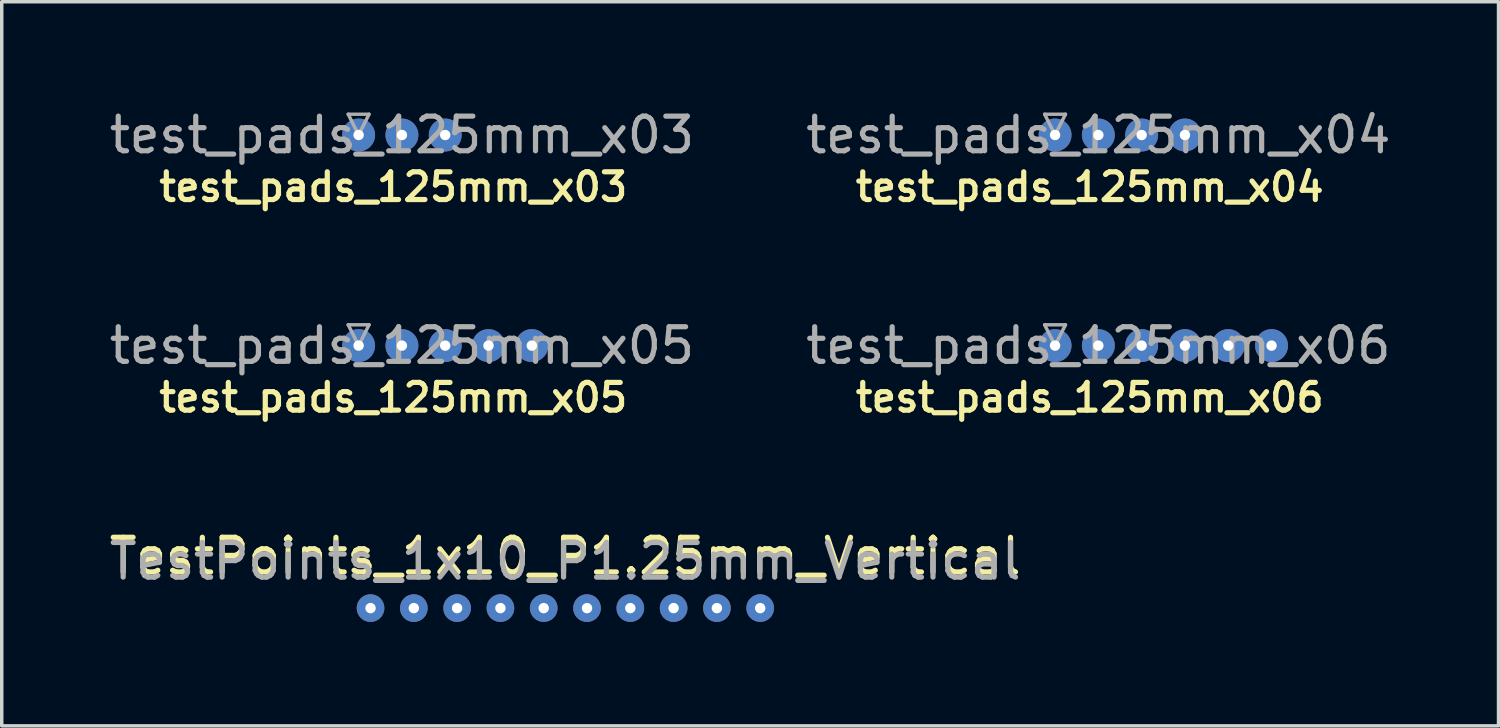
<source format=kicad_pcb>
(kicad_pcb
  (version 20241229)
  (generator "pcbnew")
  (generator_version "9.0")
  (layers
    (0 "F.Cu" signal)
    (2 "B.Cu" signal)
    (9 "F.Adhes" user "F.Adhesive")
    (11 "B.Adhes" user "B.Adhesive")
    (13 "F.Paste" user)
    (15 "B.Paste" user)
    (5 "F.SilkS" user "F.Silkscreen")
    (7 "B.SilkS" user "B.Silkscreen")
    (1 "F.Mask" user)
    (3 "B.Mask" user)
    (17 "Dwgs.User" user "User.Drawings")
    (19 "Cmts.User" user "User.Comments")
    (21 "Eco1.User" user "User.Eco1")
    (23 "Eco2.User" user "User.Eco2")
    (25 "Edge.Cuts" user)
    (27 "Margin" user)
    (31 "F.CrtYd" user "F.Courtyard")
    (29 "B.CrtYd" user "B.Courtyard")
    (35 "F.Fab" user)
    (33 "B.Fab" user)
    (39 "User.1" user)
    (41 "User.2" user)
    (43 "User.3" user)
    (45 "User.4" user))
  (footprint "test_pads_125mm_x04"
    (layer "F.Cu")
    (at 27.411 0.848)
    (property "Reference" "test_pads_125mm_x04" (at 1 1.5 0) (layer "F.SilkS") (effects (font (size 0.8 0.8) (thickness 0.15))))
    (attr through_hole)
    (fp_line (start -0.3 -0.6) (end 0.3 -0.6) (stroke (width 0.1) (type solid)) (layer "F.Fab"))
    (fp_line (start 0 0) (end -0.3 -0.6) (stroke (width 0.1) (type solid)) (layer "F.Fab"))
    (fp_line (start 0.3 -0.6) (end 0 0) (stroke (width 0.1) (type solid)) (layer "F.Fab"))
    (fp_text user "${REFERENCE}" (at 1.25 0 0) (layer "F.Fab") (effects (font (size 1 1) (thickness 0.15))))
    (pad "1" thru_hole circle (at 0 0) (size 0.95 0.95) (drill 0.3) (layers "*.Cu" "*.Mask"))
    (pad "2" thru_hole circle (at 1.25 0) (size 0.95 0.95) (drill 0.3) (layers "*.Cu" "*.Mask"))
    (pad "3" thru_hole circle (at 2.5 0) (size 0.95 0.95) (drill 0.3) (layers "*.Cu" "*.Mask"))
    (pad "4" thru_hole circle (at 3.75 0) (size 0.95 0.95) (drill 0.3) (layers "*.Cu" "*.Mask")))
  (footprint "test_pads_125mm_x03"
    (layer "F.Cu")
    (at 7.304 0.848)
    (property "Reference" "test_pads_125mm_x03" (at 1 1.5 0) (layer "F.SilkS") (effects (font (size 0.8 0.8) (thickness 0.15))))
    (attr through_hole)
    (fp_line (start -0.3 -0.6) (end 0.3 -0.6) (stroke (width 0.1) (type solid)) (layer "F.Fab"))
    (fp_line (start 0 0) (end -0.3 -0.6) (stroke (width 0.1) (type solid)) (layer "F.Fab"))
    (fp_line (start 0.3 -0.6) (end 0 0) (stroke (width 0.1) (type solid)) (layer "F.Fab"))
    (fp_text user "${REFERENCE}" (at 1.25 0 0) (layer "F.Fab") (effects (font (size 1 1) (thickness 0.15))))
    (pad "1" thru_hole circle (at 0 0) (size 0.95 0.95) (drill 0.3) (layers "*.Cu" "*.Mask"))
    (pad "2" thru_hole circle (at 1.25 0) (size 0.95 0.95) (drill 0.3) (layers "*.Cu" "*.Mask"))
    (pad "3" thru_hole circle (at 2.5 0) (size 0.95 0.95) (drill 0.3) (layers "*.Cu" "*.Mask")))
  (footprint "test_pads_125mm_x06"
    (layer "F.Cu")
    (at 27.411 6.928)
    (property "Reference" "test_pads_125mm_x06" (at 1 1.5 0) (layer "F.SilkS") (effects (font (size 0.8 0.8) (thickness 0.15))))
    (attr through_hole)
    (fp_line (start -0.3 -0.6) (end 0.3 -0.6) (stroke (width 0.1) (type solid)) (layer "F.Fab"))
    (fp_line (start 0 0) (end -0.3 -0.6) (stroke (width 0.1) (type solid)) (layer "F.Fab"))
    (fp_line (start 0.3 -0.6) (end 0 0) (stroke (width 0.1) (type solid)) (layer "F.Fab"))
    (fp_text user "${REFERENCE}" (at 1.25 0 0) (layer "F.Fab") (effects (font (size 1 1) (thickness 0.15))))
    (pad "1" thru_hole circle (at 0 0) (size 0.95 0.95) (drill 0.3) (layers "*.Cu" "*.Mask"))
    (pad "2" thru_hole circle (at 1.25 0) (size 0.95 0.95) (drill 0.3) (layers "*.Cu" "*.Mask"))
    (pad "3" thru_hole circle (at 2.5 0) (size 0.95 0.95) (drill 0.3) (layers "*.Cu" "*.Mask"))
    (pad "4" thru_hole circle (at 3.75 0) (size 0.95 0.95) (drill 0.3) (layers "*.Cu" "*.Mask"))
    (pad "5" thru_hole circle (at 5 0) (size 0.95 0.95) (drill 0.3) (layers "*.Cu" "*.Mask"))
    (pad "6" thru_hole circle (at 6.25 0) (size 0.95 0.95) (drill 0.3) (layers "*.Cu" "*.Mask")))
  (footprint "TestPoints_1x10_P1.25mm_Vertical"
    (layer "F.Cu")
    (at 7.648 14.507)
    (property "Reference" "TestPoints_1x10_P1.25mm_Vertical" (at 5.62 -1.5 0) (layer "F.SilkS") (effects (font (size 1 1) (thickness 0.15))))
    (attr through_hole)
    (fp_text user "${REFERENCE}" (at 5.62 -1.35 0) (layer "F.Fab") (effects (font (size 1 1) (thickness 0.15))))
    (pad "1" thru_hole circle (at 0 0) (size 0.8 0.8) (drill 0.3) (layers "*.Cu" "*.Mask"))
    (pad "2" thru_hole circle (at 1.25 0) (size 0.8 0.8) (drill 0.3) (layers "*.Cu" "*.Mask"))
    (pad "3" thru_hole circle (at 2.5 0) (size 0.8 0.8) (drill 0.3) (layers "*.Cu" "*.Mask"))
    (pad "4" thru_hole circle (at 3.75 0) (size 0.8 0.8) (drill 0.3) (layers "*.Cu" "*.Mask"))
    (pad "5" thru_hole circle (at 5 0) (size 0.8 0.8) (drill 0.3) (layers "*.Cu" "*.Mask"))
    (pad "6" thru_hole circle (at 6.25 0) (size 0.8 0.8) (drill 0.3) (layers "*.Cu" "*.Mask"))
    (pad "7" thru_hole circle (at 7.5 0) (size 0.8 0.8) (drill 0.3) (layers "*.Cu" "*.Mask"))
    (pad "8" thru_hole circle (at 8.75 0) (size 0.8 0.8) (drill 0.3) (layers "*.Cu" "*.Mask"))
    (pad "9" thru_hole circle (at 10 0) (size 0.8 0.8) (drill 0.3) (layers "*.Cu" "*.Mask"))
    (pad "10" thru_hole circle (at 11.25 0) (size 0.8 0.8) (drill 0.3) (layers "*.Cu" "*.Mask")))
  (footprint "test_pads_125mm_x05"
    (layer "F.Cu")
    (at 7.304 6.928)
    (property "Reference" "test_pads_125mm_x05" (at 1 1.5 0) (layer "F.SilkS") (effects (font (size 0.8 0.8) (thickness 0.15))))
    (attr through_hole)
    (fp_line (start -0.3 -0.6) (end 0.3 -0.6) (stroke (width 0.1) (type solid)) (layer "F.Fab"))
    (fp_line (start 0 0) (end -0.3 -0.6) (stroke (width 0.1) (type solid)) (layer "F.Fab"))
    (fp_line (start 0.3 -0.6) (end 0 0) (stroke (width 0.1) (type solid)) (layer "F.Fab"))
    (fp_text user "${REFERENCE}" (at 1.25 0 0) (layer "F.Fab") (effects (font (size 1 1) (thickness 0.15))))
    (pad "1" thru_hole circle (at 0 0) (size 0.95 0.95) (drill 0.3) (layers "*.Cu" "*.Mask"))
    (pad "2" thru_hole circle (at 1.25 0) (size 0.95 0.95) (drill 0.3) (layers "*.Cu" "*.Mask"))
    (pad "3" thru_hole circle (at 2.5 0) (size 0.95 0.95) (drill 0.3) (layers "*.Cu" "*.Mask"))
    (pad "4" thru_hole circle (at 3.75 0) (size 0.95 0.95) (drill 0.3) (layers "*.Cu" "*.Mask"))
    (pad "5" thru_hole circle (at 5 0) (size 0.95 0.95) (drill 0.3) (layers "*.Cu" "*.Mask")))
  (gr_rect
    (start -3 -3)
    (end 40.214 17.907)
    (stroke (width 0.1) (type default))
    (fill no)
    (layer "Edge.Cuts")))
</source>
